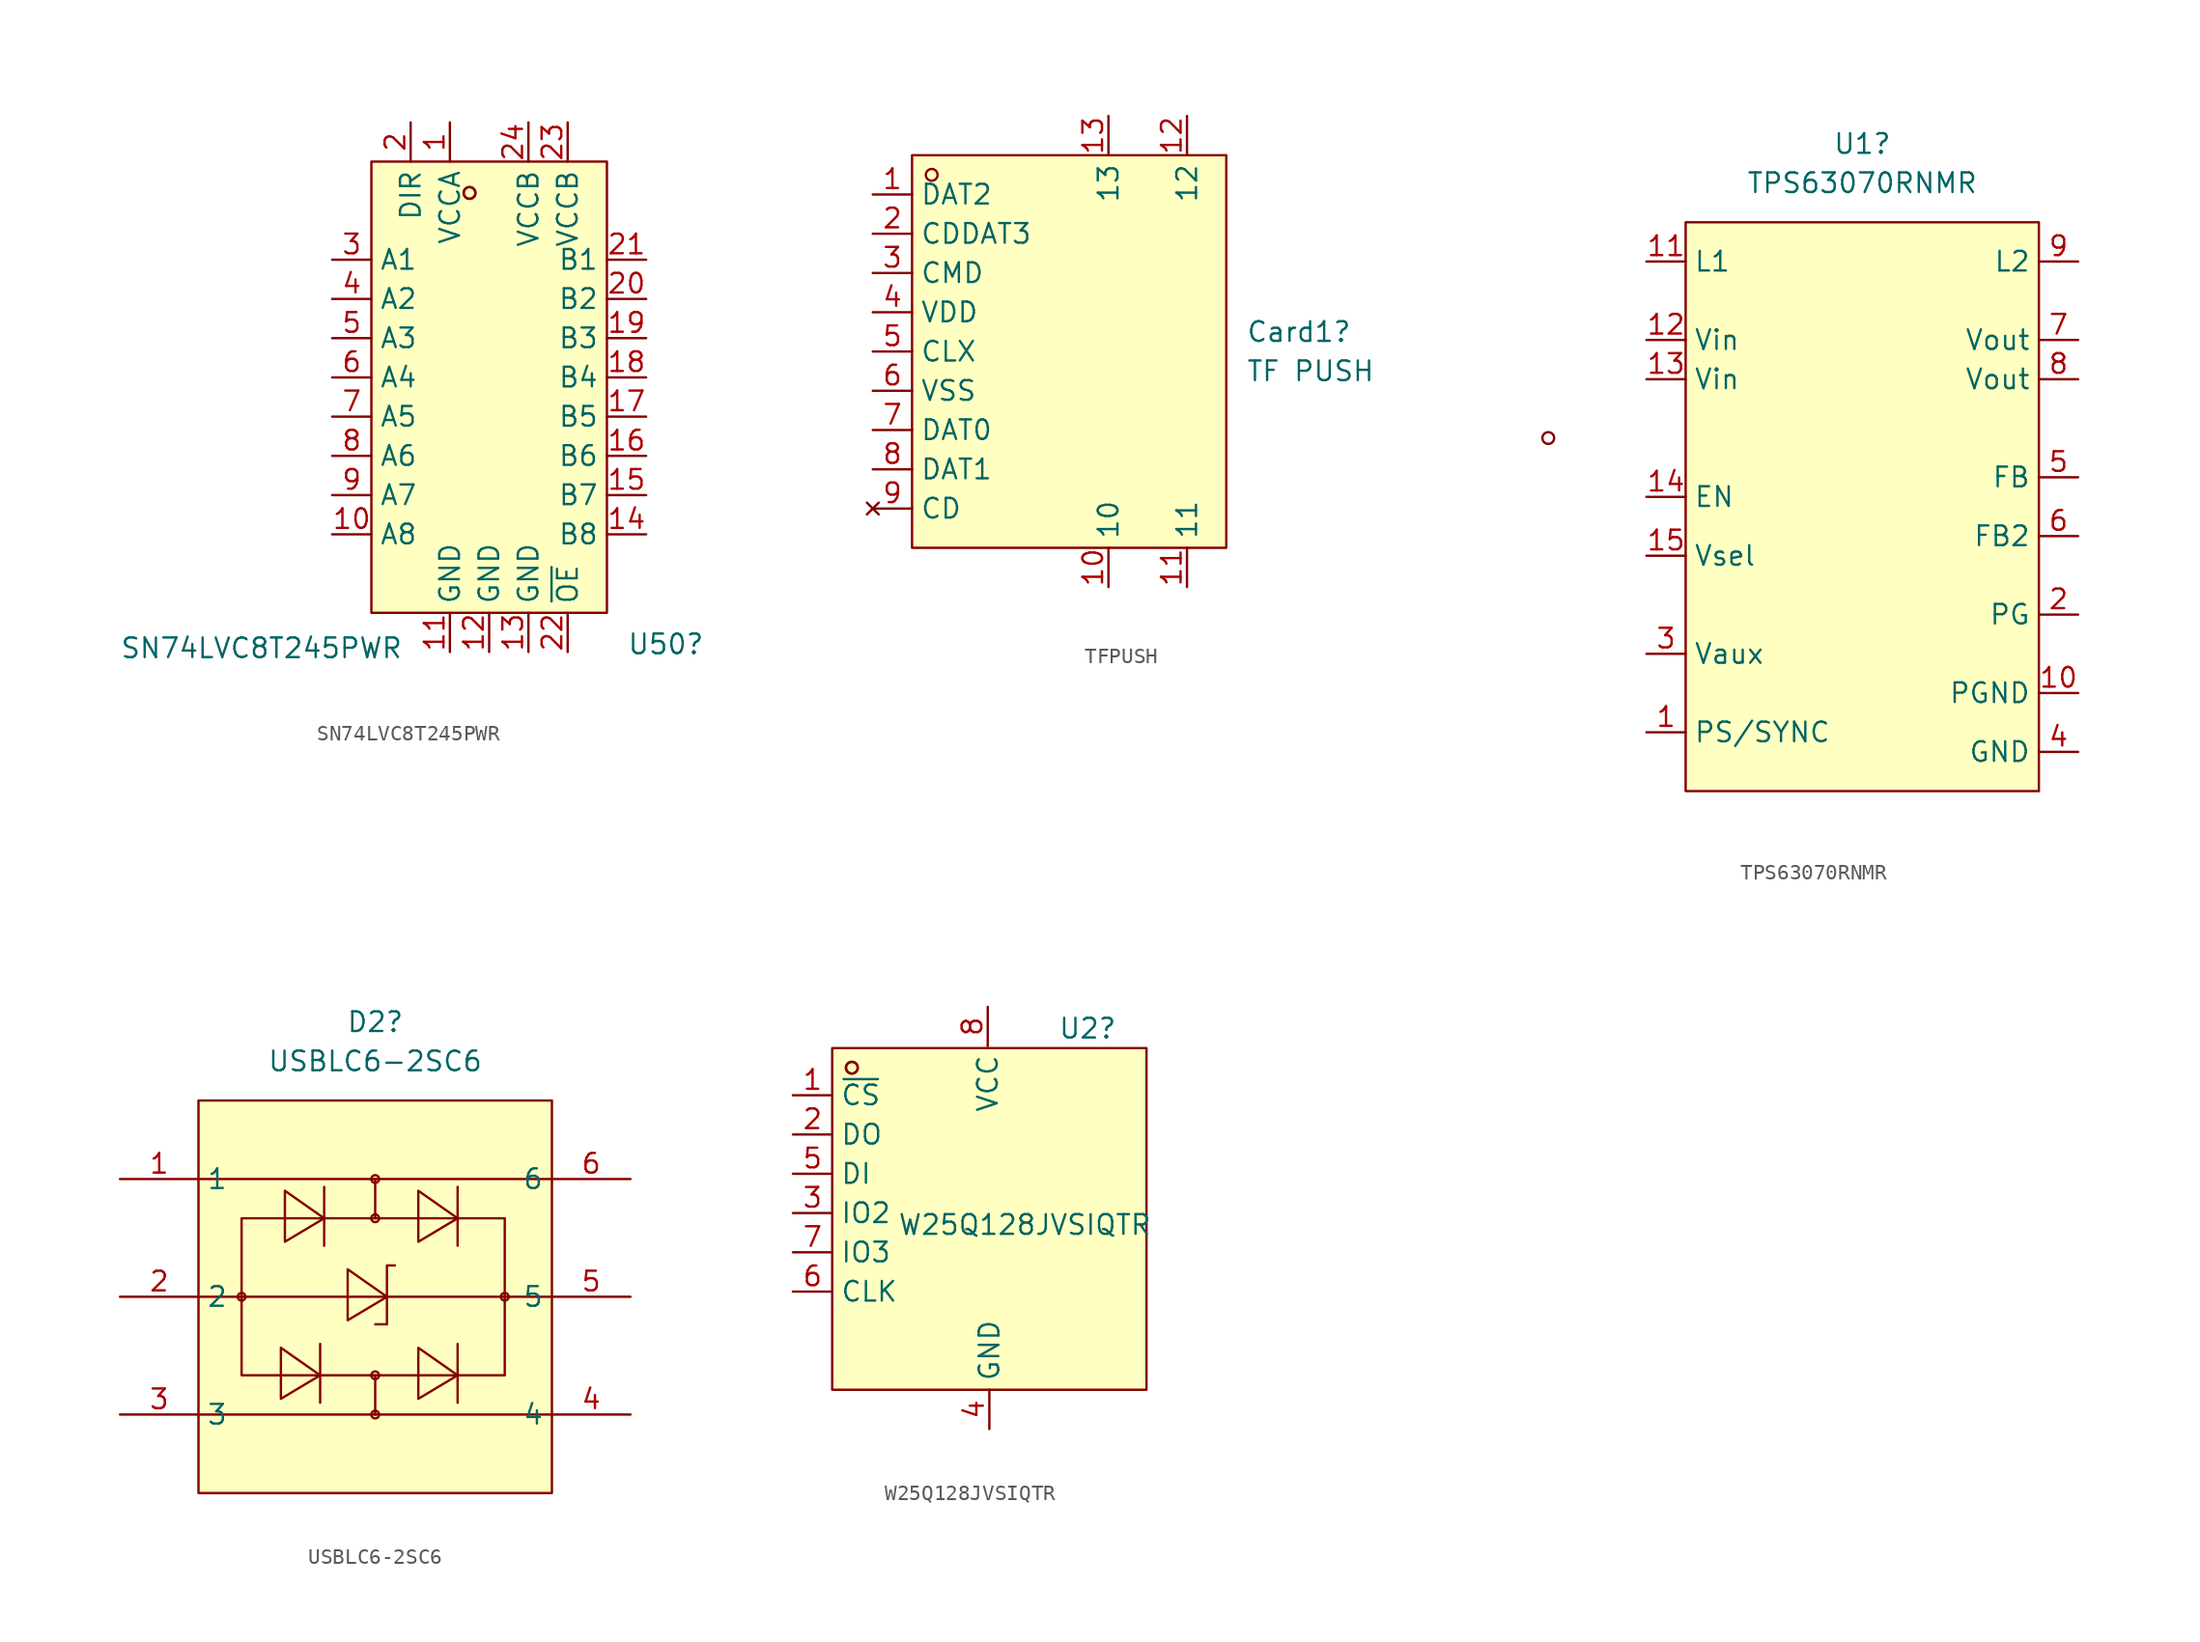
<source format=kicad_sym>
(kicad_symbol_lib
  (version 20241209)
  (generator "kicad_symbol_editor")
  (generator_version "9.0")
  (symbol "SN74LVC8T245PWR"
    (property "Reference" "U50"
      (at 8.89 -18.542 0)
      (effects (font (size 1.27 1.27))))
    (property "Value" "SN74LVC8T245PWR"
      (at -17.272 -18.796 0)
      (effects (font (size 1.27 1.27))))
    (symbol "SN74LVC8T245PWR_0_1"
      (rectangle (start -10.16 12.7) (end 5.08 -16.51) (stroke (width 0) (type default)) (fill (type background)))
      (circle (center -3.81 10.67) (radius 0.38) (stroke (width 0) (type default)) (fill (type none)))
      (circle (center -3.81 10.67) (radius 0.38) (stroke (width 0) (type default)) (fill (type none)))
      (pin unspecified line (at -12.7 6.35 0) (length 2.54) (name "A1" (effects (font (size 1.27 1.27)))) (number "3" (effects (font (size 1.27 1.27)))))
      (pin unspecified line (at -12.7 3.81 0) (length 2.54) (name "A2" (effects (font (size 1.27 1.27)))) (number "4" (effects (font (size 1.27 1.27)))))
      (pin unspecified line (at -12.7 1.27 0) (length 2.54) (name "A3" (effects (font (size 1.27 1.27)))) (number "5" (effects (font (size 1.27 1.27)))))
      (pin unspecified line (at -12.7 -1.27 0) (length 2.54) (name "A4" (effects (font (size 1.27 1.27)))) (number "6" (effects (font (size 1.27 1.27)))))
      (pin unspecified line (at -12.7 -3.81 0) (length 2.54) (name "A5" (effects (font (size 1.27 1.27)))) (number "7" (effects (font (size 1.27 1.27)))))
      (pin unspecified line (at -12.7 -6.35 0) (length 2.54) (name "A6" (effects (font (size 1.27 1.27)))) (number "8" (effects (font (size 1.27 1.27)))))
      (pin unspecified line (at -12.7 -8.89 0) (length 2.54) (name "A7" (effects (font (size 1.27 1.27)))) (number "9" (effects (font (size 1.27 1.27)))))
      (pin unspecified line (at -12.7 -11.43 0) (length 2.54) (name "A8" (effects (font (size 1.27 1.27)))) (number "10" (effects (font (size 1.27 1.27)))))
      (pin unspecified line (at -7.62 15.24 270) (length 2.54) (name "DIR" (effects (font (size 1.27 1.27)))) (number "2" (effects (font (size 1.27 1.27)))))
      (pin unspecified line (at -5.08 15.24 270) (length 2.54) (name "VCCA" (effects (font (size 1.27 1.27)))) (number "1" (effects (font (size 1.27 1.27)))))
      (pin unspecified line (at -5.08 -19.05 90) (length 2.54) (name "GND" (effects (font (size 1.27 1.27)))) (number "11" (effects (font (size 1.27 1.27)))))
      (pin unspecified line (at -2.54 -19.05 90) (length 2.54) (name "GND" (effects (font (size 1.27 1.27)))) (number "12" (effects (font (size 1.27 1.27)))))
      (pin unspecified line (at 0 15.24 270) (length 2.54) (name "VCCB" (effects (font (size 1.27 1.27)))) (number "24" (effects (font (size 1.27 1.27)))))
      (pin unspecified line (at 0 -19.05 90) (length 2.54) (name "GND" (effects (font (size 1.27 1.27)))) (number "13" (effects (font (size 1.27 1.27)))))
      (pin unspecified line (at 2.54 15.24 270) (length 2.54) (name "VCCB" (effects (font (size 1.27 1.27)))) (number "23" (effects (font (size 1.27 1.27)))))
      (pin unspecified line (at 2.54 -19.05 90) (length 2.54) (name "~{OE}" (effects (font (size 1.27 1.27)))) (number "22" (effects (font (size 1.27 1.27)))))
      (pin unspecified line (at 7.62 6.35 180) (length 2.54) (name "B1" (effects (font (size 1.27 1.27)))) (number "21" (effects (font (size 1.27 1.27)))))
      (pin unspecified line (at 7.62 3.81 180) (length 2.54) (name "B2" (effects (font (size 1.27 1.27)))) (number "20" (effects (font (size 1.27 1.27)))))
      (pin unspecified line (at 7.62 1.27 180) (length 2.54) (name "B3" (effects (font (size 1.27 1.27)))) (number "19" (effects (font (size 1.27 1.27)))))
      (pin unspecified line (at 7.62 -1.27 180) (length 2.54) (name "B4" (effects (font (size 1.27 1.27)))) (number "18" (effects (font (size 1.27 1.27)))))
      (pin unspecified line (at 7.62 -3.81 180) (length 2.54) (name "B5" (effects (font (size 1.27 1.27)))) (number "17" (effects (font (size 1.27 1.27)))))
      (pin unspecified line (at 7.62 -6.35 180) (length 2.54) (name "B6" (effects (font (size 1.27 1.27)))) (number "16" (effects (font (size 1.27 1.27)))))
      (pin unspecified line (at 7.62 -8.89 180) (length 2.54) (name "B7" (effects (font (size 1.27 1.27)))) (number "15" (effects (font (size 1.27 1.27)))))
      (pin unspecified line (at 7.62 -11.43 180) (length 2.54) (name "B8" (effects (font (size 1.27 1.27)))) (number "14" (effects (font (size 1.27 1.27)))))))
  (symbol "TFPUSH"
    (property "Reference" "Card1"
      (at 13.97 1.27 0)
      (effects (font (size 1.27 1.27)) (justify left)))
    (property "Value" "TF PUSH"
      (at 13.97 -1.27 0)
      (effects (font (size 1.27 1.27)) (justify left)))
    (symbol "TFPUSH_0_1"
      (rectangle (start -7.62 12.7) (end 12.7 -12.7) (stroke (width 0) (type default)) (fill (type background)))
      (circle (center -6.35 11.43) (radius 0.38) (stroke (width 0) (type default)) (fill (type none)))
      (pin unspecified line (at -10.16 10.16 0) (length 2.54) (name "DAT2" (effects (font (size 1.27 1.27)))) (number "1" (effects (font (size 1.27 1.27)))))
      (pin unspecified line (at -10.16 5.08 0) (length 2.54) (name "CMD" (effects (font (size 1.27 1.27)))) (number "3" (effects (font (size 1.27 1.27)))))
      (pin unspecified line (at -10.16 2.54 0) (length 2.54) (name "VDD" (effects (font (size 1.27 1.27)))) (number "4" (effects (font (size 1.27 1.27)))))
      (pin unspecified line (at -10.16 0 0) (length 2.54) (name "CLX" (effects (font (size 1.27 1.27)))) (number "5" (effects (font (size 1.27 1.27)))))
      (pin unspecified line (at -10.16 -2.54 0) (length 2.54) (name "VSS" (effects (font (size 1.27 1.27)))) (number "6" (effects (font (size 1.27 1.27)))))
      (pin unspecified line (at -10.16 -5.08 0) (length 2.54) (name "DAT0" (effects (font (size 1.27 1.27)))) (number "7" (effects (font (size 1.27 1.27)))))
      (pin unspecified line (at -10.16 -7.62 0) (length 2.54) (name "DAT1" (effects (font (size 1.27 1.27)))) (number "8" (effects (font (size 1.27 1.27)))))
      (pin unspecified line (at 5.08 15.24 270) (length 2.54) (name "13" (effects (font (size 1.27 1.27)))) (number "13" (effects (font (size 1.27 1.27)))))
      (pin unspecified line (at 5.08 -15.24 90) (length 2.54) (name "10" (effects (font (size 1.27 1.27)))) (number "10" (effects (font (size 1.27 1.27)))))
      (pin unspecified line (at 10.16 15.24 270) (length 2.54) (name "12" (effects (font (size 1.27 1.27)))) (number "12" (effects (font (size 1.27 1.27)))))
      (pin unspecified line (at 10.16 -15.24 90) (length 2.54) (name "11" (effects (font (size 1.27 1.27)))) (number "11" (effects (font (size 1.27 1.27))))))
    (symbol "TFPUSH_1_1"
      (pin unspecified line (at -10.16 7.62 0) (length 2.54) (name "CDDAT3" (effects (font (size 1.27 1.27)))) (number "2" (effects (font (size 1.27 1.27)))))
      (pin no_connect line (at -10.16 -10.16 0) (length 2.54) (name "CD" (effects (font (size 1.27 1.27)))) (number "9" (effects (font (size 1.27 1.27)))))))
  (symbol "TPS63070RNMR"
    (property "Reference" "U1"
      (at 0 16.51 0)
      (effects (font (size 1.27 1.27))))
    (property "Value" "TPS63070RNMR"
      (at 0 13.97 0)
      (effects (font (size 1.27 1.27))))
    (symbol "TPS63070RNMR_0_1"
      (circle (center -20.32 -2.54) (radius 0.38) (stroke (width 0) (type default)) (fill (type none)))
      (rectangle (start -11.43 11.43) (end 11.43 -25.4) (stroke (width 0) (type default)) (fill (type background)))
      (pin unspecified line (at -13.97 8.89 0) (length 2.54) (name "L1" (effects (font (size 1.27 1.27)))) (number "11" (effects (font (size 1.27 1.27)))))
      (pin unspecified line (at -13.97 3.81 0) (length 2.54) (name "Vin" (effects (font (size 1.27 1.27)))) (number "12" (effects (font (size 1.27 1.27)))))
      (pin unspecified line (at -13.97 1.27 0) (length 2.54) (name "Vin" (effects (font (size 1.27 1.27)))) (number "13" (effects (font (size 1.27 1.27)))))
      (pin unspecified line (at -13.97 -6.35 0) (length 2.54) (name "EN" (effects (font (size 1.27 1.27)))) (number "14" (effects (font (size 1.27 1.27)))))
      (pin unspecified line (at -13.97 -10.16 0) (length 2.54) (name "Vsel" (effects (font (size 1.27 1.27)))) (number "15" (effects (font (size 1.27 1.27)))))
      (pin unspecified line (at -13.97 -16.51 0) (length 2.54) (name "Vaux" (effects (font (size 1.27 1.27)))) (number "3" (effects (font (size 1.27 1.27)))))
      (pin unspecified line (at -13.97 -21.59 0) (length 2.54) (name "PS/SYNC" (effects (font (size 1.27 1.27)))) (number "1" (effects (font (size 1.27 1.27)))))
      (pin unspecified line (at 13.97 8.89 180) (length 2.54) (name "L2" (effects (font (size 1.27 1.27)))) (number "9" (effects (font (size 1.27 1.27)))))
      (pin unspecified line (at 13.97 3.81 180) (length 2.54) (name "Vout" (effects (font (size 1.27 1.27)))) (number "7" (effects (font (size 1.27 1.27)))))
      (pin unspecified line (at 13.97 1.27 180) (length 2.54) (name "Vout" (effects (font (size 1.27 1.27)))) (number "8" (effects (font (size 1.27 1.27)))))
      (pin unspecified line (at 13.97 -5.08 180) (length 2.54) (name "FB" (effects (font (size 1.27 1.27)))) (number "5" (effects (font (size 1.27 1.27)))))
      (pin unspecified line (at 13.97 -8.89 180) (length 2.54) (name "FB2" (effects (font (size 1.27 1.27)))) (number "6" (effects (font (size 1.27 1.27)))))
      (pin unspecified line (at 13.97 -13.97 180) (length 2.54) (name "PG" (effects (font (size 1.27 1.27)))) (number "2" (effects (font (size 1.27 1.27)))))
      (pin unspecified line (at 13.97 -19.05 180) (length 2.54) (name "PGND" (effects (font (size 1.27 1.27)))) (number "10" (effects (font (size 1.27 1.27)))))
      (pin unspecified line (at 13.97 -22.86 180) (length 2.54) (name "GND" (effects (font (size 1.27 1.27)))) (number "4" (effects (font (size 1.27 1.27)))))))
  (symbol "USBLC6-2SC6"
    (property "Reference" "D2"
      (at 0 17.78 0)
      (effects (font (size 1.27 1.27))))
    (property "Value" "USBLC6-2SC6"
      (at 0 15.24 0)
      (effects (font (size 1.27 1.27))))
    (symbol "USBLC6-2SC6_0_1"
      (rectangle (start -11.43 12.7) (end 11.43 -12.7) (stroke (width 0) (type default)) (fill (type background)))
      (polyline (pts (xy -11.43 7.62) (xy 11.43 7.62)) (stroke (width 0) (type default)) (fill (type none)))
      (polyline (pts (xy -11.43 0) (xy 11.43 0)) (stroke (width 0) (type default)) (fill (type none)))
      (polyline (pts (xy -11.43 -7.62) (xy 11.43 -7.62)) (stroke (width 0) (type default)) (fill (type none)))
      (circle (center -8.64 0) (radius 0.25) (stroke (width 0) (type default)) (fill (type none)))
      (polyline (pts (xy -8.64 0) (xy -8.64 5.08) (xy 8.38 5.08) (xy 8.38 -5.08) (xy -8.64 -5.08) (xy -8.64 0)) (stroke (width 0) (type default)) (fill (type background)))
      (polyline (pts (xy -6.1 -6.6) (xy -3.56 -5.08) (xy -6.1 -3.3) (xy -6.1 -6.6)) (stroke (width 0) (type default)) (fill (type background)))
      (polyline (pts (xy -5.84 3.56) (xy -3.3 5.08) (xy -5.84 6.86) (xy -5.84 3.56)) (stroke (width 0) (type default)) (fill (type background)))
      (polyline (pts (xy -3.56 -3.05) (xy -3.56 -3.05) (xy -3.56 -6.86) (xy -3.56 -6.86)) (stroke (width 0) (type default)) (fill (type none)))
      (polyline (pts (xy -3.3 7.11) (xy -3.3 7.11) (xy -3.3 3.3) (xy -3.3 3.3)) (stroke (width 0) (type default)) (fill (type none)))
      (polyline (pts (xy -1.78 -1.52) (xy 0.76 0) (xy -1.78 1.78) (xy -1.78 -1.52)) (stroke (width 0) (type default)) (fill (type background)))
      (circle (center 0 7.62) (radius 0.25) (stroke (width 0) (type default)) (fill (type none)))
      (polyline (pts (xy 0 7.62) (xy 0 5.08)) (stroke (width 0) (type default)) (fill (type none)))
      (circle (center 0 5.08) (radius 0.25) (stroke (width 0) (type default)) (fill (type none)))
      (circle (center 0 -5.08) (radius 0.25) (stroke (width 0) (type default)) (fill (type none)))
      (polyline (pts (xy 0 -7.62) (xy 0 -5.08)) (stroke (width 0) (type default)) (fill (type none)))
      (circle (center 0 -7.62) (radius 0.25) (stroke (width 0) (type default)) (fill (type none)))
      (polyline (pts (xy 1.27 2.03) (xy 0.76 2.03) (xy 0.76 -1.78) (xy 0 -1.78)) (stroke (width 0) (type default)) (fill (type none)))
      (polyline (pts (xy 2.79 3.56) (xy 5.33 5.08) (xy 2.79 6.86) (xy 2.79 3.56)) (stroke (width 0) (type default)) (fill (type background)))
      (polyline (pts (xy 2.79 -6.6) (xy 5.33 -5.08) (xy 2.79 -3.3) (xy 2.79 -6.6)) (stroke (width 0) (type default)) (fill (type background)))
      (polyline (pts (xy 5.33 7.11) (xy 5.33 7.11) (xy 5.33 3.3) (xy 5.33 3.3)) (stroke (width 0) (type default)) (fill (type none)))
      (polyline (pts (xy 5.33 -3.05) (xy 5.33 -3.05) (xy 5.33 -6.86) (xy 5.33 -6.86)) (stroke (width 0) (type default)) (fill (type none)))
      (circle (center 8.38 0) (radius 0.25) (stroke (width 0) (type default)) (fill (type none))))
    (symbol "USBLC6-2SC6_1_1"
      (pin unspecified line (at -16.51 7.62 0) (length 5.08) (name "1" (effects (font (size 1.27 1.27)))) (number "1" (effects (font (size 1.27 1.27)))))
      (pin unspecified line (at -16.51 0 0) (length 5.08) (name "2" (effects (font (size 1.27 1.27)))) (number "2" (effects (font (size 1.27 1.27)))))
      (pin unspecified line (at -16.51 -7.62 0) (length 5.08) (name "3" (effects (font (size 1.27 1.27)))) (number "3" (effects (font (size 1.27 1.27)))))
      (pin unspecified line (at 16.51 7.62 180) (length 5.08) (name "6" (effects (font (size 1.27 1.27)))) (number "6" (effects (font (size 1.27 1.27)))))
      (pin unspecified line (at 16.51 0 180) (length 5.08) (name "5" (effects (font (size 1.27 1.27)))) (number "5" (effects (font (size 1.27 1.27)))))
      (pin unspecified line (at 16.51 -7.62 180) (length 5.08) (name "4" (effects (font (size 1.27 1.27)))) (number "4" (effects (font (size 1.27 1.27)))))))
  (symbol "W25Q128JVSIQTR"
    (property "Reference" "U2"
      (at 6.35 8.128 0)
      (effects (font (size 1.27 1.27))))
    (property "Value" "W25Q128JVSIQTR"
      (at 2.286 -4.572 0)
      (effects (font (size 1.27 1.27))))
    (symbol "W25Q128JVSIQTR_0_1"
      (rectangle (start -10.16 6.86) (end 10.16 -15.24) (stroke (width 0) (type default)) (fill (type background)))
      (circle (center -8.89 5.59) (radius 0.38) (stroke (width 0) (type default)) (fill (type none)))
      (circle (center -8.89 5.59) (radius 0.38) (stroke (width 0) (type default)) (fill (type none)))
      (pin unspecified line (at -12.7 3.81 0) (length 2.54) (name "~{CS}" (effects (font (size 1.27 1.27)))) (number "1" (effects (font (size 1.27 1.27)))))
      (pin unspecified line (at -12.7 1.27 0) (length 2.54) (name "DO" (effects (font (size 1.27 1.27)))) (number "2" (effects (font (size 1.27 1.27)))))
      (pin unspecified line (at -12.7 -1.27 0) (length 2.54) (name "DI" (effects (font (size 1.27 1.27)))) (number "5" (effects (font (size 1.27 1.27)))))
      (pin unspecified line (at -12.7 -3.81 0) (length 2.54) (name "IO2" (effects (font (size 1.27 1.27)))) (number "3" (effects (font (size 1.27 1.27)))))
      (pin unspecified line (at -12.7 -6.35 0) (length 2.54) (name "IO3" (effects (font (size 1.27 1.27)))) (number "7" (effects (font (size 1.27 1.27)))))
      (pin unspecified line (at -12.7 -8.89 0) (length 2.54) (name "CLK" (effects (font (size 1.27 1.27)))) (number "6" (effects (font (size 1.27 1.27)))))
      (pin unspecified line (at -0.105 9.525 270) (length 2.54) (name "VCC" (effects (font (size 1.27 1.27)))) (number "8" (effects (font (size 1.27 1.27)))))
      (pin unspecified line (at 0 -17.78 90) (length 2.54) (name "GND" (effects (font (size 1.27 1.27)))) (number "4" (effects (font (size 1.27 1.27))))))))
</source>
